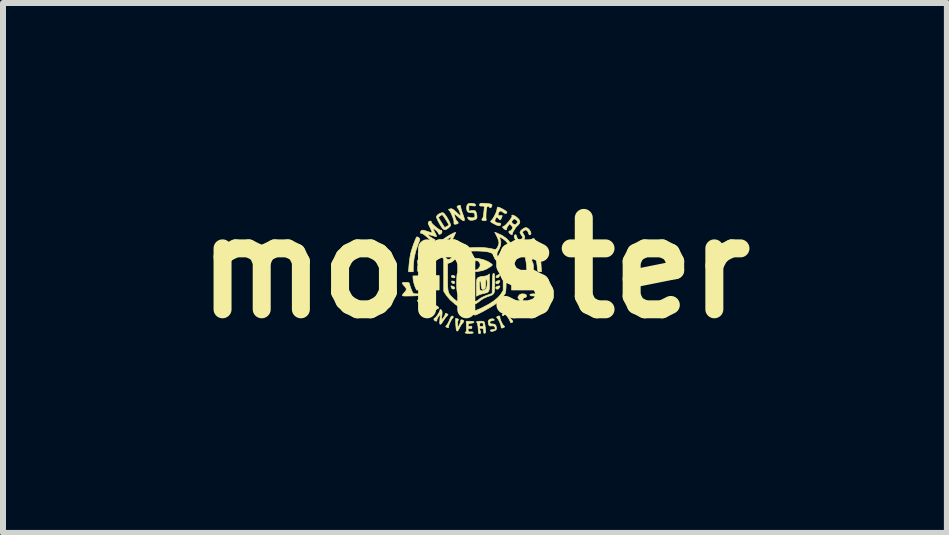
<source format=kicad_pcb>
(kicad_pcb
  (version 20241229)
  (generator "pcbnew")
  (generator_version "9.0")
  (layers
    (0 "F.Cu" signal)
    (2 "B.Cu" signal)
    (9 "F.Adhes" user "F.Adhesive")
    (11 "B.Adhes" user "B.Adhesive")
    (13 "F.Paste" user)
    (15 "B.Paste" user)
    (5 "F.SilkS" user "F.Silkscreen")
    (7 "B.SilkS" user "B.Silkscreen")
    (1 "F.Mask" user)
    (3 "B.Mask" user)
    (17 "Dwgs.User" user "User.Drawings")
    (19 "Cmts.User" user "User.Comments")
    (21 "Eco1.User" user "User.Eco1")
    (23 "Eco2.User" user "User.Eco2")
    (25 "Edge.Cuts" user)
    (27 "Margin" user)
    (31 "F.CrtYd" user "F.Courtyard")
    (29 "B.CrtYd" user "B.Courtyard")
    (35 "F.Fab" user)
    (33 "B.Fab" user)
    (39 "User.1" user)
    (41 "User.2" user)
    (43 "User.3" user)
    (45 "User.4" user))
  (footprint "monster"
    (layer "F.Cu")
    (at 4.87 1.418)
    (property "Reference" "monster" (at 0 0 0) (layer "F.SilkS") (effects (font (size 1.524 1.524) (thickness 0.3))))
    (attr through_hole)
    (fp_poly (pts (xy -0.779 0.246) (xy -0.781 0.253) (xy -0.787 0.254) (xy -0.798 0.249) (xy -0.796 0.246) (xy -0.781 0.244) (xy -0.779 0.246)) (stroke (width 0.01) (type solid)) (fill yes) (layer "F.SilkS"))
    (fp_poly (pts (xy -0.343 0.228) (xy -0.337 0.24) (xy -0.345 0.26) (xy -0.365 0.261) (xy -0.378 0.252) (xy -0.393 0.23) (xy -0.385 0.218) (xy -0.365 0.218) (xy -0.343 0.228)) (stroke (width 0.01) (type solid)) (fill yes) (layer "F.SilkS"))
    (fp_poly (pts (xy -0.339 0.135) (xy -0.331 0.15) (xy -0.34 0.163) (xy -0.353 0.165) (xy -0.378 0.161) (xy -0.385 0.157) (xy -0.395 0.137) (xy -0.383 0.124) (xy -0.362 0.124) (xy -0.339 0.135)) (stroke (width 0.01) (type solid)) (fill yes) (layer "F.SilkS"))
    (fp_poly (pts (xy 0.417 0.117) (xy 0.406 0.141) (xy 0.386 0.161) (xy 0.363 0.164) (xy 0.35 0.154) (xy 0.353 0.137) (xy 0.376 0.12) (xy 0.397 0.11) (xy 0.415 0.107) (xy 0.417 0.117)) (stroke (width 0.01) (type solid)) (fill yes) (layer "F.SilkS"))
    (fp_poly (pts (xy 0.417 0.218) (xy 0.406 0.242) (xy 0.386 0.263) (xy 0.363 0.265) (xy 0.349 0.254) (xy 0.347 0.233) (xy 0.369 0.218) (xy 0.387 0.213) (xy 0.412 0.21) (xy 0.417 0.218)) (stroke (width 0.01) (type solid)) (fill yes) (layer "F.SilkS"))
    (fp_poly (pts (xy 0.417 0.307) (xy 0.406 0.331) (xy 0.386 0.352) (xy 0.363 0.354) (xy 0.349 0.343) (xy 0.347 0.322) (xy 0.369 0.307) (xy 0.387 0.302) (xy 0.412 0.299) (xy 0.417 0.307)) (stroke (width 0.01) (type solid)) (fill yes) (layer "F.SilkS"))
    (fp_poly (pts (xy -0.372 0.304) (xy -0.372 0.304) (xy -0.346 0.317) (xy -0.337 0.335) (xy -0.348 0.349) (xy -0.359 0.353) (xy -0.381 0.347) (xy -0.389 0.334) (xy -0.398 0.311) (xy -0.402 0.303) (xy -0.395 0.299) (xy -0.372 0.304)) (stroke (width 0.01) (type solid)) (fill yes) (layer "F.SilkS"))
    (fp_poly (pts (xy -0.896 0.541) (xy -0.867 0.566) (xy -0.862 0.573) (xy -0.845 0.6) (xy -0.842 0.615) (xy -0.852 0.626) (xy -0.858 0.63) (xy -0.882 0.645) (xy -0.897 0.642) (xy -0.913 0.619) (xy -0.935 0.585) (xy -0.95 0.562) (xy -0.961 0.542) (xy -0.954 0.535) (xy -0.929 0.533) (xy -0.896 0.541)) (stroke (width 0.01) (type solid)) (fill yes) (layer "F.SilkS"))
    (fp_poly (pts (xy 0.839 0.437) (xy 0.856 0.452) (xy 0.858 0.48) (xy 0.838 0.494) (xy 0.826 0.495) (xy 0.808 0.502) (xy 0.799 0.526) (xy 0.798 0.541) (xy 0.794 0.586) (xy 0.751 0.541) (xy 0.725 0.514) (xy 0.716 0.496) (xy 0.719 0.48) (xy 0.729 0.464) (xy 0.75 0.441) (xy 0.781 0.432) (xy 0.799 0.432) (xy 0.839 0.437)) (stroke (width 0.01) (type solid)) (fill yes) (layer "F.SilkS"))
    (fp_poly (pts (xy 0.955 0.535) (xy 0.965 0.54) (xy 0.959 0.554) (xy 0.942 0.581) (xy 0.921 0.613) (xy 0.9 0.644) (xy 0.883 0.666) (xy 0.876 0.673) (xy 0.863 0.665) (xy 0.848 0.652) (xy 0.837 0.638) (xy 0.837 0.622) (xy 0.85 0.598) (xy 0.86 0.582) (xy 0.886 0.55) (xy 0.911 0.535) (xy 0.929 0.533) (xy 0.955 0.535)) (stroke (width 0.01) (type solid)) (fill yes) (layer "F.SilkS"))
    (fp_poly (pts (xy -0.751 0.437) (xy -0.728 0.456) (xy -0.726 0.459) (xy -0.717 0.478) (xy -0.722 0.496) (xy -0.744 0.521) (xy -0.744 0.522) (xy -0.774 0.55) (xy -0.791 0.556) (xy -0.799 0.542) (xy -0.8 0.521) (xy -0.804 0.493) (xy -0.819 0.483) (xy -0.827 0.483) (xy -0.846 0.477) (xy -0.846 0.463) (xy -0.839 0.442) (xy -0.838 0.437) (xy -0.827 0.434) (xy -0.799 0.432) (xy -0.79 0.432) (xy -0.751 0.437)) (stroke (width 0.01) (type solid)) (fill yes) (layer "F.SilkS"))
    (fp_poly (pts (xy -0.368 0.805) (xy -0.362 0.812) (xy -0.364 0.828) (xy -0.368 0.832) (xy -0.383 0.848) (xy -0.401 0.878) (xy -0.419 0.914) (xy -0.433 0.948) (xy -0.439 0.972) (xy -0.438 0.977) (xy -0.438 0.992) (xy -0.453 0.996) (xy -0.473 0.989) (xy -0.487 0.979) (xy -0.483 0.966) (xy -0.47 0.953) (xy -0.452 0.927) (xy -0.433 0.888) (xy -0.423 0.864) (xy -0.404 0.821) (xy -0.385 0.801) (xy -0.368 0.805)) (stroke (width 0.01) (type solid)) (fill yes) (layer "F.SilkS"))
    (fp_poly (pts (xy 0.413 0.804) (xy 0.416 0.816) (xy 0.417 0.839) (xy 0.429 0.874) (xy 0.446 0.913) (xy 0.465 0.946) (xy 0.48 0.963) (xy 0.494 0.977) (xy 0.487 0.988) (xy 0.483 0.991) (xy 0.456 1.002) (xy 0.438 1) (xy 0.436 0.986) (xy 0.434 0.965) (xy 0.423 0.931) (xy 0.407 0.892) (xy 0.388 0.857) (xy 0.372 0.834) (xy 0.368 0.832) (xy 0.36 0.821) (xy 0.37 0.811) (xy 0.395 0.801) (xy 0.413 0.804)) (stroke (width 0.01) (type solid)) (fill yes) (layer "F.SilkS"))
    (fp_poly (pts (xy 0.984 -0.49) (xy 0.999 -0.471) (xy 1.016 -0.435) (xy 1.063 -0.302) (xy 1.093 -0.154) (xy 1.101 -0.067) (xy 1.109 0.064) (xy 1.077 0.064) (xy 1.061 0.062) (xy 1.051 0.055) (xy 1.044 0.036) (xy 1.04 0.002) (xy 1.036 -0.041) (xy 1.016 -0.189) (xy 0.982 -0.321) (xy 0.959 -0.384) (xy 0.942 -0.426) (xy 0.935 -0.452) (xy 0.936 -0.467) (xy 0.946 -0.477) (xy 0.948 -0.479) (xy 0.969 -0.492) (xy 0.984 -0.49)) (stroke (width 0.01) (type solid)) (fill yes) (layer "F.SilkS"))
    (fp_poly (pts (xy -0.952 -0.513) (xy -0.935 -0.502) (xy -0.924 -0.492) (xy -0.92 -0.479) (xy -0.923 -0.459) (xy -0.936 -0.426) (xy -0.95 -0.391) (xy -0.987 -0.283) (xy -1.014 -0.169) (xy -1.027 -0.06) (xy -1.029 -0.02) (xy -1.029 0.064) (xy -1.108 0.064) (xy -1.1 -0.048) (xy -1.093 -0.112) (xy -1.084 -0.178) (xy -1.074 -0.235) (xy -1.072 -0.241) (xy -1.061 -0.286) (xy -1.044 -0.337) (xy -1.026 -0.391) (xy -1.006 -0.442) (xy -0.989 -0.484) (xy -0.975 -0.512) (xy -0.967 -0.52) (xy -0.952 -0.513)) (stroke (width 0.01) (type solid)) (fill yes) (layer "F.SilkS"))
    (fp_poly (pts (xy -0.808 -0.391) (xy -0.776 -0.362) (xy -0.809 -0.267) (xy -0.837 -0.154) (xy -0.848 -0.054) (xy -0.854 0.064) (xy -0.907 0.064) (xy -0.94 0.062) (xy -0.955 0.055) (xy -0.958 0.034) (xy -0.958 0.016) (xy -0.956 -0.019) (xy -0.953 -0.042) (xy -0.952 -0.044) (xy -0.952 -0.065) (xy -0.957 -0.087) (xy -0.959 -0.119) (xy -0.945 -0.141) (xy -0.931 -0.162) (xy -0.933 -0.184) (xy -0.94 -0.197) (xy -0.95 -0.222) (xy -0.944 -0.241) (xy -0.929 -0.258) (xy -0.909 -0.291) (xy -0.901 -0.325) (xy -0.89 -0.365) (xy -0.871 -0.391) (xy -0.84 -0.42) (xy -0.808 -0.391)) (stroke (width 0.01) (type solid)) (fill yes) (layer "F.SilkS"))
    (fp_poly (pts (xy 0.584 0.721) (xy 0.572 0.735) (xy 0.558 0.74) (xy 0.543 0.746) (xy 0.54 0.755) (xy 0.549 0.774) (xy 0.567 0.802) (xy 0.591 0.837) (xy 0.612 0.864) (xy 0.62 0.872) (xy 0.631 0.891) (xy 0.629 0.901) (xy 0.612 0.913) (xy 0.595 0.911) (xy 0.588 0.898) (xy 0.582 0.879) (xy 0.564 0.847) (xy 0.546 0.819) (xy 0.522 0.786) (xy 0.507 0.771) (xy 0.497 0.771) (xy 0.487 0.782) (xy 0.469 0.797) (xy 0.456 0.791) (xy 0.454 0.778) (xy 0.472 0.758) (xy 0.501 0.737) (xy 0.535 0.717) (xy 0.561 0.705) (xy 0.572 0.705) (xy 0.584 0.721)) (stroke (width 0.01) (type solid)) (fill yes) (layer "F.SilkS"))
    (fp_poly (pts (xy -0.312 0.843) (xy -0.294 0.847) (xy -0.275 0.856) (xy -0.279 0.869) (xy -0.28 0.871) (xy -0.288 0.893) (xy -0.29 0.929) (xy -0.29 0.942) (xy -0.286 0.997) (xy -0.259 0.946) (xy -0.244 0.912) (xy -0.237 0.886) (xy -0.238 0.879) (xy -0.234 0.866) (xy -0.216 0.865) (xy -0.193 0.875) (xy -0.185 0.886) (xy -0.194 0.904) (xy -0.206 0.919) (xy -0.232 0.952) (xy -0.256 0.994) (xy -0.26 1.003) (xy -0.28 1.04) (xy -0.296 1.054) (xy -0.308 1.043) (xy -0.315 1.008) (xy -0.32 0.949) (xy -0.322 0.901) (xy -0.323 0.864) (xy -0.323 0.844) (xy -0.323 0.842) (xy -0.312 0.843)) (stroke (width 0.01) (type solid)) (fill yes) (layer "F.SilkS"))
    (fp_poly (pts (xy -1.12 0.242) (xy -1.101 0.248) (xy -1.091 0.264) (xy -1.088 0.281) (xy -1.077 0.317) (xy -1.061 0.361) (xy -1.055 0.376) (xy -1.039 0.409) (xy -1.024 0.425) (xy -1.001 0.431) (xy -0.965 0.432) (xy -0.924 0.434) (xy -0.906 0.441) (xy -0.905 0.448) (xy -0.917 0.455) (xy -0.948 0.461) (xy -1 0.465) (xy -1.065 0.467) (xy -1.13 0.468) (xy -1.173 0.468) (xy -1.199 0.466) (xy -1.21 0.462) (xy -1.211 0.455) (xy -1.208 0.448) (xy -1.19 0.422) (xy -1.17 0.401) (xy -1.146 0.369) (xy -1.149 0.337) (xy -1.17 0.31) (xy -1.194 0.284) (xy -1.208 0.264) (xy -1.213 0.25) (xy -1.204 0.244) (xy -1.177 0.241) (xy -1.158 0.241) (xy -1.12 0.242)) (stroke (width 0.01) (type solid)) (fill yes) (layer "F.SilkS"))
    (fp_poly (pts (xy 0.704 0.578) (xy 0.713 0.605) (xy 0.717 0.628) (xy 0.731 0.677) (xy 0.76 0.714) (xy 0.764 0.717) (xy 0.789 0.745) (xy 0.796 0.767) (xy 0.795 0.769) (xy 0.78 0.786) (xy 0.761 0.781) (xy 0.756 0.775) (xy 0.754 0.763) (xy 0.757 0.762) (xy 0.756 0.754) (xy 0.741 0.735) (xy 0.736 0.73) (xy 0.7 0.704) (xy 0.658 0.69) (xy 0.618 0.681) (xy 0.603 0.669) (xy 0.61 0.653) (xy 0.616 0.648) (xy 0.634 0.64) (xy 0.654 0.652) (xy 0.655 0.653) (xy 0.676 0.669) (xy 0.687 0.673) (xy 0.697 0.664) (xy 0.697 0.644) (xy 0.688 0.624) (xy 0.678 0.617) (xy 0.665 0.607) (xy 0.673 0.591) (xy 0.673 0.59) (xy 0.691 0.574) (xy 0.704 0.578)) (stroke (width 0.01) (type solid)) (fill yes) (layer "F.SilkS"))
    (fp_poly (pts (xy 0.889 -0.419) (xy 0.885 -0.395) (xy 0.883 -0.361) (xy 0.899 -0.336) (xy 0.902 -0.333) (xy 0.923 -0.3) (xy 0.927 -0.268) (xy 0.933 -0.231) (xy 0.948 -0.202) (xy 0.948 -0.201) (xy 0.962 -0.178) (xy 0.957 -0.152) (xy 0.955 -0.146) (xy 0.947 -0.119) (xy 0.957 -0.099) (xy 0.958 -0.098) (xy 0.969 -0.074) (xy 0.974 -0.039) (xy 0.974 -0.031) (xy 0.974 0.007) (xy 0.978 0.035) (xy 0.978 0.038) (xy 0.976 0.051) (xy 0.957 0.058) (xy 0.926 0.061) (xy 0.867 0.065) (xy 0.859 -0.043) (xy 0.851 -0.111) (xy 0.836 -0.187) (xy 0.818 -0.254) (xy 0.818 -0.256) (xy 0.785 -0.36) (xy 0.815 -0.384) (xy 0.845 -0.406) (xy 0.869 -0.421) (xy 0.885 -0.428) (xy 0.889 -0.419)) (stroke (width 0.01) (type solid)) (fill yes) (layer "F.SilkS"))
    (fp_poly (pts (xy 1.207 0.242) (xy 1.223 0.247) (xy 1.224 0.257) (xy 1.221 0.264) (xy 1.202 0.289) (xy 1.182 0.31) (xy 1.163 0.335) (xy 1.156 0.356) (xy 1.165 0.38) (xy 1.182 0.401) (xy 1.207 0.427) (xy 1.221 0.448) (xy 1.224 0.457) (xy 1.22 0.463) (xy 1.203 0.467) (xy 1.171 0.469) (xy 1.12 0.47) (xy 1.082 0.47) (xy 1.023 0.469) (xy 0.973 0.467) (xy 0.938 0.465) (xy 0.923 0.461) (xy 0.915 0.445) (xy 0.929 0.436) (xy 0.967 0.432) (xy 0.979 0.432) (xy 1.017 0.431) (xy 1.039 0.424) (xy 1.054 0.405) (xy 1.068 0.376) (xy 1.085 0.333) (xy 1.098 0.292) (xy 1.1 0.281) (xy 1.107 0.257) (xy 1.119 0.246) (xy 1.144 0.242) (xy 1.17 0.241) (xy 1.207 0.242)) (stroke (width 0.01) (type solid)) (fill yes) (layer "F.SilkS"))
    (fp_poly (pts (xy 0.313 0.853) (xy 0.318 0.858) (xy 0.322 0.87) (xy 0.306 0.876) (xy 0.29 0.879) (xy 0.26 0.885) (xy 0.248 0.901) (xy 0.248 0.908) (xy 0.253 0.926) (xy 0.274 0.933) (xy 0.288 0.933) (xy 0.328 0.939) (xy 0.349 0.959) (xy 0.358 0.996) (xy 0.357 1.024) (xy 0.34 1.041) (xy 0.324 1.048) (xy 0.293 1.057) (xy 0.27 1.058) (xy 0.27 1.058) (xy 0.254 1.046) (xy 0.26 1.035) (xy 0.284 1.029) (xy 0.29 1.029) (xy 0.323 1.026) (xy 0.336 1.013) (xy 0.333 0.989) (xy 0.319 0.969) (xy 0.294 0.966) (xy 0.263 0.967) (xy 0.245 0.967) (xy 0.232 0.954) (xy 0.223 0.927) (xy 0.22 0.897) (xy 0.227 0.873) (xy 0.228 0.871) (xy 0.253 0.854) (xy 0.286 0.847) (xy 0.313 0.853)) (stroke (width 0.01) (type solid)) (fill yes) (layer "F.SilkS"))
    (fp_poly (pts (xy -0.078 0.889) (xy -0.037 0.891) (xy -0.018 0.897) (xy -0.016 0.905) (xy -0.031 0.916) (xy -0.061 0.921) (xy -0.065 0.921) (xy -0.095 0.924) (xy -0.109 0.937) (xy -0.112 0.951) (xy -0.112 0.972) (xy -0.099 0.976) (xy -0.084 0.973) (xy -0.06 0.97) (xy -0.051 0.982) (xy -0.051 0.991) (xy -0.055 1.009) (xy -0.073 1.011) (xy -0.083 1.009) (xy -0.106 1.006) (xy -0.114 1.019) (xy -0.114 1.035) (xy -0.111 1.058) (xy -0.098 1.066) (xy -0.074 1.065) (xy -0.043 1.066) (xy -0.029 1.076) (xy -0.033 1.086) (xy -0.058 1.091) (xy -0.094 1.092) (xy -0.133 1.09) (xy -0.159 1.085) (xy -0.165 1.079) (xy -0.155 1.067) (xy -0.151 1.067) (xy -0.144 1.055) (xy -0.141 1.018) (xy -0.142 0.978) (xy -0.146 0.889) (xy -0.078 0.889)) (stroke (width 0.01) (type solid)) (fill yes) (layer "F.SilkS"))
    (fp_poly (pts (xy -0.049 -1.077) (xy -0.01 -1.071) (xy 0.008 -1.058) (xy 0.01 -1.051) (xy 0.01 -1.038) (xy -0.003 -1.033) (xy -0.033 -1.035) (xy -0.044 -1.037) (xy -0.102 -1.045) (xy -0.102 -0.949) (xy -0.052 -0.957) (xy -0.015 -0.959) (xy 0.009 -0.949) (xy 0.023 -0.92) (xy 0.031 -0.882) (xy 0.034 -0.842) (xy 0.022 -0.817) (xy -0.007 -0.803) (xy -0.04 -0.796) (xy -0.077 -0.795) (xy -0.102 -0.807) (xy -0.109 -0.814) (xy -0.123 -0.837) (xy -0.118 -0.85) (xy -0.097 -0.847) (xy -0.091 -0.844) (xy -0.063 -0.836) (xy -0.034 -0.836) (xy -0.01 -0.842) (xy -0.002 -0.858) (xy -0.002 -0.88) (xy -0.007 -0.906) (xy -0.018 -0.917) (xy -0.044 -0.921) (xy -0.061 -0.921) (xy -0.103 -0.926) (xy -0.128 -0.943) (xy -0.138 -0.977) (xy -0.14 -1.005) (xy -0.133 -1.046) (xy -0.113 -1.07) (xy -0.074 -1.078) (xy -0.049 -1.077)) (stroke (width 0.01) (type solid)) (fill yes) (layer "F.SilkS"))
    (fp_poly (pts (xy 0.179 -1.076) (xy 0.223 -1.072) (xy 0.261 -1.066) (xy 0.279 -1.059) (xy 0.284 -1.046) (xy 0.282 -1.034) (xy 0.272 -1.013) (xy 0.256 -1.003) (xy 0.244 -1.006) (xy 0.241 -1.016) (xy 0.231 -1.027) (xy 0.218 -1.029) (xy 0.205 -1.025) (xy 0.197 -1.011) (xy 0.191 -0.982) (xy 0.186 -0.936) (xy 0.184 -0.887) (xy 0.183 -0.843) (xy 0.186 -0.816) (xy 0.186 -0.816) (xy 0.188 -0.796) (xy 0.175 -0.788) (xy 0.154 -0.787) (xy 0.123 -0.793) (xy 0.114 -0.806) (xy 0.121 -0.823) (xy 0.126 -0.826) (xy 0.133 -0.837) (xy 0.14 -0.867) (xy 0.146 -0.91) (xy 0.146 -0.911) (xy 0.151 -0.958) (xy 0.154 -0.996) (xy 0.157 -1.016) (xy 0.151 -1.029) (xy 0.126 -1.032) (xy 0.117 -1.032) (xy 0.089 -1.032) (xy 0.077 -1.043) (xy 0.076 -1.054) (xy 0.081 -1.069) (xy 0.097 -1.077) (xy 0.129 -1.08) (xy 0.179 -1.076)) (stroke (width 0.01) (type solid)) (fill yes) (layer "F.SilkS"))
    (fp_poly (pts (xy -0.7 0.565) (xy -0.69 0.574) (xy -0.682 0.586) (xy -0.684 0.599) (xy -0.699 0.619) (xy -0.731 0.65) (xy -0.736 0.654) (xy -0.769 0.687) (xy -0.787 0.707) (xy -0.791 0.721) (xy -0.784 0.734) (xy -0.779 0.739) (xy -0.766 0.751) (xy -0.754 0.752) (xy -0.736 0.741) (xy -0.707 0.713) (xy -0.703 0.709) (xy -0.675 0.68) (xy -0.658 0.657) (xy -0.655 0.646) (xy -0.657 0.633) (xy -0.644 0.631) (xy -0.625 0.639) (xy -0.616 0.648) (xy -0.602 0.666) (xy -0.606 0.673) (xy -0.611 0.673) (xy -0.629 0.682) (xy -0.658 0.704) (xy -0.686 0.73) (xy -0.717 0.76) (xy -0.743 0.781) (xy -0.756 0.787) (xy -0.774 0.779) (xy -0.798 0.758) (xy -0.798 0.758) (xy -0.818 0.733) (xy -0.823 0.713) (xy -0.81 0.691) (xy -0.78 0.66) (xy -0.75 0.627) (xy -0.728 0.596) (xy -0.722 0.585) (xy -0.712 0.564) (xy -0.7 0.565)) (stroke (width 0.01) (type solid)) (fill yes) (layer "F.SilkS"))
    (fp_poly (pts (xy -0.53 -0.92) (xy -0.511 -0.904) (xy -0.486 -0.873) (xy -0.46 -0.832) (xy -0.435 -0.788) (xy -0.416 -0.748) (xy -0.406 -0.718) (xy -0.406 -0.707) (xy -0.419 -0.689) (xy -0.444 -0.666) (xy -0.471 -0.647) (xy -0.492 -0.637) (xy -0.495 -0.637) (xy -0.512 -0.641) (xy -0.521 -0.643) (xy -0.538 -0.657) (xy -0.561 -0.688) (xy -0.586 -0.729) (xy -0.611 -0.773) (xy -0.631 -0.815) (xy -0.64 -0.844) (xy -0.612 -0.844) (xy -0.559 -0.759) (xy -0.506 -0.674) (xy -0.468 -0.693) (xy -0.444 -0.708) (xy -0.435 -0.72) (xy -0.436 -0.721) (xy -0.456 -0.757) (xy -0.481 -0.797) (xy -0.506 -0.836) (xy -0.528 -0.868) (xy -0.543 -0.886) (xy -0.546 -0.889) (xy -0.562 -0.882) (xy -0.584 -0.866) (xy -0.612 -0.844) (xy -0.64 -0.844) (xy -0.642 -0.847) (xy -0.642 -0.86) (xy -0.625 -0.883) (xy -0.594 -0.905) (xy -0.559 -0.919) (xy -0.531 -0.921) (xy -0.53 -0.92)) (stroke (width 0.01) (type solid)) (fill yes) (layer "F.SilkS"))
    (fp_poly (pts (xy -0.568 0.696) (xy -0.564 0.7) (xy -0.552 0.715) (xy -0.548 0.739) (xy -0.55 0.779) (xy -0.552 0.793) (xy -0.56 0.87) (xy -0.528 0.832) (xy -0.507 0.801) (xy -0.496 0.775) (xy -0.496 0.771) (xy -0.492 0.756) (xy -0.477 0.759) (xy -0.469 0.763) (xy -0.45 0.774) (xy -0.452 0.785) (xy -0.467 0.8) (xy -0.488 0.824) (xy -0.514 0.859) (xy -0.528 0.881) (xy -0.553 0.918) (xy -0.568 0.936) (xy -0.58 0.938) (xy -0.586 0.934) (xy -0.588 0.919) (xy -0.587 0.887) (xy -0.584 0.85) (xy -0.577 0.772) (xy -0.606 0.808) (xy -0.625 0.838) (xy -0.635 0.864) (xy -0.635 0.867) (xy -0.637 0.885) (xy -0.649 0.887) (xy -0.666 0.881) (xy -0.681 0.868) (xy -0.686 0.85) (xy -0.677 0.839) (xy -0.674 0.838) (xy -0.659 0.828) (xy -0.638 0.803) (xy -0.615 0.77) (xy -0.596 0.737) (xy -0.585 0.71) (xy -0.584 0.704) (xy -0.581 0.69) (xy -0.568 0.696)) (stroke (width 0.01) (type solid)) (fill yes) (layer "F.SilkS"))
    (fp_poly (pts (xy 0.054 -0.159) (xy 0.137 -0.139) (xy 0.215 -0.108) (xy 0.272 -0.071) (xy 0.289 -0.055) (xy 0.286 -0.043) (xy 0.272 -0.031) (xy 0.247 -0.015) (xy 0.21 0.008) (xy 0.184 0.022) (xy 0.125 0.044) (xy 0.054 0.057) (xy -0.021 0.061) (xy -0.09 0.056) (xy -0.129 0.046) (xy -0.163 0.03) (xy -0.202 0.008) (xy -0.239 -0.015) (xy -0.267 -0.035) (xy -0.279 -0.049) (xy -0.279 -0.05) (xy -0.27 -0.06) (xy -0.074 -0.06) (xy -0.069 -0.024) (xy -0.047 0.008) (xy -0.013 0.029) (xy 0.01 0.036) (xy 0.027 0.032) (xy 0.05 0.016) (xy 0.055 0.012) (xy 0.082 -0.022) (xy 0.087 -0.059) (xy 0.074 -0.094) (xy 0.045 -0.118) (xy 0.006 -0.127) (xy -0.036 -0.117) (xy -0.063 -0.093) (xy -0.074 -0.06) (xy -0.27 -0.06) (xy -0.269 -0.061) (xy -0.242 -0.08) (xy -0.204 -0.102) (xy -0.162 -0.124) (xy -0.123 -0.143) (xy -0.097 -0.153) (xy -0.027 -0.164) (xy 0.054 -0.159)) (stroke (width 0.01) (type solid)) (fill yes) (layer "F.SilkS"))
    (fp_poly (pts (xy 0.879 -0.663) (xy 0.907 -0.637) (xy 0.927 -0.605) (xy 0.934 -0.575) (xy 0.932 -0.567) (xy 0.918 -0.55) (xy 0.903 -0.556) (xy 0.894 -0.576) (xy 0.883 -0.606) (xy 0.862 -0.629) (xy 0.846 -0.635) (xy 0.825 -0.627) (xy 0.808 -0.616) (xy 0.794 -0.603) (xy 0.793 -0.59) (xy 0.807 -0.568) (xy 0.812 -0.56) (xy 0.831 -0.521) (xy 0.827 -0.487) (xy 0.799 -0.456) (xy 0.782 -0.445) (xy 0.747 -0.426) (xy 0.723 -0.422) (xy 0.702 -0.437) (xy 0.68 -0.464) (xy 0.656 -0.504) (xy 0.654 -0.534) (xy 0.668 -0.553) (xy 0.684 -0.552) (xy 0.692 -0.534) (xy 0.692 -0.532) (xy 0.699 -0.509) (xy 0.713 -0.485) (xy 0.729 -0.465) (xy 0.744 -0.463) (xy 0.767 -0.477) (xy 0.792 -0.495) (xy 0.797 -0.51) (xy 0.785 -0.532) (xy 0.775 -0.546) (xy 0.757 -0.573) (xy 0.75 -0.593) (xy 0.75 -0.593) (xy 0.76 -0.616) (xy 0.785 -0.641) (xy 0.816 -0.662) (xy 0.846 -0.673) (xy 0.851 -0.673) (xy 0.879 -0.663)) (stroke (width 0.01) (type solid)) (fill yes) (layer "F.SilkS"))
    (fp_poly (pts (xy 0.139 0.89) (xy 0.148 0.893) (xy 0.157 0.909) (xy 0.165 0.943) (xy 0.169 0.968) (xy 0.174 1.011) (xy 0.178 1.047) (xy 0.18 1.06) (xy 0.175 1.083) (xy 0.163 1.089) (xy 0.149 1.087) (xy 0.144 1.067) (xy 0.144 1.052) (xy 0.143 1.022) (xy 0.131 1.01) (xy 0.109 1.005) (xy 0.086 1.005) (xy 0.078 1.015) (xy 0.083 1.039) (xy 0.095 1.068) (xy 0.093 1.088) (xy 0.08 1.095) (xy 0.067 1.096) (xy 0.059 1.086) (xy 0.056 1.06) (xy 0.054 1.019) (xy 0.05 0.973) (xy 0.045 0.946) (xy 0.076 0.946) (xy 0.081 0.97) (xy 0.102 0.978) (xy 0.108 0.978) (xy 0.132 0.973) (xy 0.14 0.952) (xy 0.14 0.946) (xy 0.134 0.922) (xy 0.114 0.915) (xy 0.108 0.914) (xy 0.084 0.92) (xy 0.076 0.94) (xy 0.076 0.946) (xy 0.045 0.946) (xy 0.044 0.937) (xy 0.037 0.919) (xy 0.026 0.902) (xy 0.027 0.896) (xy 0.044 0.891) (xy 0.075 0.888) (xy 0.111 0.888) (xy 0.139 0.89)) (stroke (width 0.01) (type solid)) (fill yes) (layer "F.SilkS"))
    (fp_poly (pts (xy 0.403 -1.01) (xy 0.437 -0.995) (xy 0.473 -0.976) (xy 0.507 -0.955) (xy 0.529 -0.938) (xy 0.533 -0.93) (xy 0.525 -0.911) (xy 0.503 -0.908) (xy 0.477 -0.921) (xy 0.471 -0.926) (xy 0.439 -0.949) (xy 0.412 -0.947) (xy 0.391 -0.92) (xy 0.391 -0.92) (xy 0.385 -0.889) (xy 0.399 -0.872) (xy 0.431 -0.873) (xy 0.435 -0.873) (xy 0.453 -0.874) (xy 0.453 -0.862) (xy 0.441 -0.835) (xy 0.437 -0.822) (xy 0.426 -0.803) (xy 0.411 -0.805) (xy 0.388 -0.828) (xy 0.371 -0.846) (xy 0.359 -0.846) (xy 0.348 -0.832) (xy 0.331 -0.796) (xy 0.337 -0.769) (xy 0.365 -0.753) (xy 0.397 -0.748) (xy 0.417 -0.747) (xy 0.429 -0.741) (xy 0.43 -0.728) (xy 0.419 -0.708) (xy 0.397 -0.704) (xy 0.36 -0.715) (xy 0.319 -0.735) (xy 0.282 -0.755) (xy 0.264 -0.768) (xy 0.261 -0.778) (xy 0.272 -0.791) (xy 0.276 -0.795) (xy 0.301 -0.825) (xy 0.326 -0.869) (xy 0.349 -0.917) (xy 0.364 -0.96) (xy 0.368 -0.984) (xy 0.372 -1.008) (xy 0.381 -1.016) (xy 0.403 -1.01)) (stroke (width 0.01) (type solid)) (fill yes) (layer "F.SilkS"))
    (fp_poly (pts (xy -0.241 -1.041) (xy -0.238 -1.022) (xy -0.235 -0.999) (xy -0.224 -0.96) (xy -0.208 -0.911) (xy -0.202 -0.896) (xy -0.182 -0.838) (xy -0.175 -0.802) (xy -0.182 -0.786) (xy -0.203 -0.791) (xy -0.239 -0.816) (xy -0.277 -0.849) (xy -0.313 -0.879) (xy -0.339 -0.898) (xy -0.352 -0.904) (xy -0.352 -0.902) (xy -0.343 -0.878) (xy -0.331 -0.842) (xy -0.329 -0.834) (xy -0.315 -0.801) (xy -0.3 -0.781) (xy -0.296 -0.778) (xy -0.283 -0.765) (xy -0.28 -0.747) (xy -0.289 -0.737) (xy -0.291 -0.737) (xy -0.313 -0.732) (xy -0.322 -0.729) (xy -0.342 -0.73) (xy -0.349 -0.736) (xy -0.352 -0.757) (xy -0.35 -0.761) (xy -0.35 -0.78) (xy -0.359 -0.814) (xy -0.374 -0.856) (xy -0.392 -0.898) (xy -0.41 -0.935) (xy -0.426 -0.957) (xy -0.429 -0.96) (xy -0.442 -0.972) (xy -0.435 -0.979) (xy -0.415 -0.985) (xy -0.391 -0.987) (xy -0.369 -0.979) (xy -0.34 -0.957) (xy -0.326 -0.944) (xy -0.282 -0.903) (xy -0.255 -0.88) (xy -0.241 -0.872) (xy -0.238 -0.88) (xy -0.243 -0.904) (xy -0.25 -0.923) (xy -0.265 -0.962) (xy -0.282 -0.991) (xy -0.29 -1) (xy -0.301 -1.019) (xy -0.289 -1.034) (xy -0.26 -1.044) (xy -0.241 -1.041)) (stroke (width 0.01) (type solid)) (fill yes) (layer "F.SilkS"))
    (fp_poly (pts (xy 0.241 0.245) (xy 0.241 0.311) (xy 0.238 0.357) (xy 0.229 0.387) (xy 0.213 0.405) (xy 0.187 0.416) (xy 0.147 0.425) (xy 0.14 0.426) (xy 0.098 0.438) (xy 0.06 0.453) (xy 0.025 0.471) (xy 0.025 0.325) (xy 0.026 0.262) (xy 0.026 0.255) (xy 0.073 0.255) (xy 0.074 0.283) (xy 0.077 0.324) (xy 0.081 0.355) (xy 0.083 0.365) (xy 0.099 0.378) (xy 0.127 0.38) (xy 0.158 0.37) (xy 0.178 0.356) (xy 0.193 0.333) (xy 0.201 0.301) (xy 0.203 0.254) (xy 0.201 0.213) (xy 0.196 0.186) (xy 0.191 0.178) (xy 0.184 0.189) (xy 0.179 0.22) (xy 0.178 0.26) (xy 0.176 0.307) (xy 0.171 0.335) (xy 0.161 0.35) (xy 0.154 0.355) (xy 0.128 0.359) (xy 0.11 0.341) (xy 0.102 0.298) (xy 0.102 0.277) (xy 0.098 0.235) (xy 0.089 0.217) (xy 0.086 0.216) (xy 0.076 0.225) (xy 0.073 0.255) (xy 0.026 0.255) (xy 0.027 0.219) (xy 0.031 0.192) (xy 0.037 0.175) (xy 0.048 0.164) (xy 0.054 0.159) (xy 0.085 0.147) (xy 0.126 0.14) (xy 0.133 0.14) (xy 0.174 0.135) (xy 0.208 0.123) (xy 0.213 0.12) (xy 0.241 0.1) (xy 0.241 0.245)) (stroke (width 0.01) (type solid)) (fill yes) (layer "F.SilkS"))
    (fp_poly (pts (xy 0.319 0.093) (xy 0.325 0.107) (xy 0.328 0.136) (xy 0.33 0.182) (xy 0.33 0.25) (xy 0.33 0.252) (xy 0.33 0.325) (xy 0.327 0.377) (xy 0.319 0.413) (xy 0.305 0.436) (xy 0.28 0.453) (xy 0.244 0.467) (xy 0.211 0.478) (xy 0.146 0.506) (xy 0.088 0.544) (xy 0.082 0.549) (xy 0.049 0.575) (xy 0.021 0.593) (xy 0.008 0.597) (xy -0.011 0.589) (xy -0.042 0.569) (xy -0.069 0.547) (xy -0.126 0.507) (xy -0.188 0.479) (xy -0.194 0.478) (xy -0.236 0.464) (xy -0.266 0.449) (xy -0.286 0.429) (xy -0.297 0.398) (xy -0.303 0.353) (xy -0.305 0.289) (xy -0.305 0.25) (xy -0.304 0.18) (xy -0.301 0.129) (xy -0.297 0.097) (xy -0.292 0.089) (xy -0.287 0.101) (xy -0.283 0.136) (xy -0.28 0.191) (xy -0.279 0.247) (xy -0.279 0.318) (xy -0.276 0.368) (xy -0.268 0.402) (xy -0.252 0.424) (xy -0.226 0.44) (xy -0.188 0.454) (xy -0.161 0.462) (xy -0.114 0.482) (xy -0.068 0.51) (xy -0.057 0.519) (xy -0.018 0.548) (xy 0.013 0.557) (xy 0.042 0.544) (xy 0.066 0.524) (xy 0.096 0.502) (xy 0.141 0.479) (xy 0.192 0.458) (xy 0.194 0.457) (xy 0.286 0.425) (xy 0.289 0.257) (xy 0.291 0.187) (xy 0.294 0.139) (xy 0.298 0.109) (xy 0.303 0.093) (xy 0.311 0.089) (xy 0.312 0.089) (xy 0.319 0.093)) (stroke (width 0.01) (type solid)) (fill yes) (layer "F.SilkS"))
    (fp_poly (pts (xy 0.651 -0.874) (xy 0.683 -0.855) (xy 0.692 -0.849) (xy 0.733 -0.81) (xy 0.749 -0.775) (xy 0.741 -0.74) (xy 0.711 -0.707) (xy 0.687 -0.684) (xy 0.674 -0.668) (xy 0.673 -0.665) (xy 0.665 -0.65) (xy 0.654 -0.635) (xy 0.635 -0.604) (xy 0.629 -0.584) (xy 0.622 -0.558) (xy 0.612 -0.553) (xy 0.59 -0.567) (xy 0.585 -0.571) (xy 0.566 -0.591) (xy 0.564 -0.608) (xy 0.579 -0.618) (xy 0.584 -0.616) (xy 0.597 -0.621) (xy 0.615 -0.642) (xy 0.616 -0.643) (xy 0.629 -0.666) (xy 0.627 -0.683) (xy 0.609 -0.706) (xy 0.608 -0.706) (xy 0.579 -0.737) (xy 0.551 -0.702) (xy 0.534 -0.675) (xy 0.529 -0.653) (xy 0.53 -0.651) (xy 0.529 -0.637) (xy 0.513 -0.636) (xy 0.491 -0.647) (xy 0.476 -0.661) (xy 0.46 -0.68) (xy 0.463 -0.689) (xy 0.479 -0.694) (xy 0.499 -0.706) (xy 0.526 -0.732) (xy 0.556 -0.766) (xy 0.565 -0.777) (xy 0.612 -0.777) (xy 0.617 -0.753) (xy 0.638 -0.733) (xy 0.661 -0.721) (xy 0.678 -0.725) (xy 0.689 -0.734) (xy 0.707 -0.756) (xy 0.711 -0.77) (xy 0.702 -0.789) (xy 0.683 -0.805) (xy 0.661 -0.818) (xy 0.644 -0.814) (xy 0.633 -0.804) (xy 0.612 -0.777) (xy 0.565 -0.777) (xy 0.585 -0.802) (xy 0.606 -0.834) (xy 0.617 -0.857) (xy 0.617 -0.863) (xy 0.613 -0.879) (xy 0.626 -0.882) (xy 0.651 -0.874)) (stroke (width 0.01) (type solid)) (fill yes) (layer "F.SilkS"))
    (fp_poly (pts (xy -0.213 0.122) (xy -0.192 0.129) (xy -0.156 0.137) (xy -0.129 0.141) (xy -0.083 0.149) (xy -0.05 0.162) (xy -0.03 0.182) (xy -0.019 0.216) (xy -0.014 0.267) (xy -0.013 0.332) (xy -0.014 0.388) (xy -0.016 0.433) (xy -0.019 0.461) (xy -0.022 0.469) (xy -0.039 0.464) (xy -0.064 0.452) (xy -0.097 0.438) (xy -0.14 0.427) (xy -0.146 0.426) (xy -0.182 0.417) (xy -0.209 0.406) (xy -0.213 0.404) (xy -0.22 0.387) (xy -0.225 0.353) (xy -0.228 0.308) (xy -0.23 0.258) (xy -0.229 0.217) (xy -0.207 0.217) (xy -0.205 0.25) (xy -0.202 0.296) (xy -0.197 0.33) (xy -0.191 0.347) (xy -0.186 0.342) (xy -0.185 0.318) (xy -0.186 0.296) (xy -0.188 0.265) (xy -0.185 0.253) (xy -0.177 0.263) (xy -0.162 0.295) (xy -0.149 0.33) (xy -0.131 0.375) (xy -0.104 0.324) (xy -0.077 0.273) (xy -0.077 0.333) (xy -0.074 0.372) (xy -0.066 0.391) (xy -0.057 0.394) (xy -0.047 0.388) (xy -0.041 0.369) (xy -0.038 0.332) (xy -0.038 0.306) (xy -0.041 0.251) (xy -0.049 0.218) (xy -0.062 0.209) (xy -0.079 0.225) (xy -0.096 0.255) (xy -0.111 0.284) (xy -0.122 0.298) (xy -0.125 0.298) (xy -0.132 0.283) (xy -0.144 0.253) (xy -0.151 0.232) (xy -0.167 0.196) (xy -0.183 0.173) (xy -0.191 0.168) (xy -0.201 0.17) (xy -0.206 0.185) (xy -0.207 0.217) (xy -0.229 0.217) (xy -0.229 0.209) (xy -0.226 0.166) (xy -0.222 0.135) (xy -0.215 0.122) (xy -0.213 0.122)) (stroke (width 0.01) (type solid)) (fill yes) (layer "F.SilkS"))
    (fp_poly (pts (xy -0.734 -0.78) (xy -0.727 -0.769) (xy -0.73 -0.763) (xy -0.724 -0.75) (xy -0.703 -0.728) (xy -0.673 -0.7) (xy -0.639 -0.672) (xy -0.606 -0.647) (xy -0.581 -0.632) (xy -0.57 -0.629) (xy -0.557 -0.628) (xy -0.55 -0.612) (xy -0.552 -0.59) (xy -0.559 -0.578) (xy -0.581 -0.562) (xy -0.6 -0.561) (xy -0.61 -0.576) (xy -0.61 -0.577) (xy -0.618 -0.594) (xy -0.637 -0.616) (xy -0.662 -0.638) (xy -0.683 -0.653) (xy -0.695 -0.655) (xy -0.693 -0.642) (xy -0.681 -0.613) (xy -0.668 -0.589) (xy -0.65 -0.555) (xy -0.641 -0.531) (xy -0.64 -0.524) (xy -0.655 -0.524) (xy -0.685 -0.532) (xy -0.711 -0.54) (xy -0.748 -0.551) (xy -0.775 -0.556) (xy -0.782 -0.556) (xy -0.777 -0.545) (xy -0.757 -0.527) (xy -0.729 -0.506) (xy -0.7 -0.488) (xy -0.681 -0.478) (xy -0.665 -0.47) (xy -0.667 -0.459) (xy -0.68 -0.444) (xy -0.704 -0.424) (xy -0.721 -0.42) (xy -0.725 -0.425) (xy -0.729 -0.443) (xy -0.729 -0.443) (xy -0.739 -0.458) (xy -0.762 -0.483) (xy -0.794 -0.511) (xy -0.829 -0.54) (xy -0.86 -0.563) (xy -0.882 -0.577) (xy -0.889 -0.578) (xy -0.904 -0.577) (xy -0.909 -0.592) (xy -0.904 -0.611) (xy -0.898 -0.619) (xy -0.885 -0.628) (xy -0.868 -0.63) (xy -0.84 -0.625) (xy -0.799 -0.611) (xy -0.758 -0.598) (xy -0.728 -0.59) (xy -0.715 -0.589) (xy -0.717 -0.602) (xy -0.729 -0.631) (xy -0.748 -0.671) (xy -0.75 -0.674) (xy -0.77 -0.716) (xy -0.78 -0.743) (xy -0.779 -0.759) (xy -0.771 -0.772) (xy -0.752 -0.782) (xy -0.734 -0.78)) (stroke (width 0.01) (type solid)) (fill yes) (layer "F.SilkS"))
    (fp_poly (pts (xy -0.597 0.368) (xy -0.975 0.368) (xy -1.001 0.308) (xy -1.017 0.259) (xy -1.02 0.248) (xy -0.927 0.248) (xy -0.927 0.305) (xy -0.879 0.303) (xy -0.852 0.301) (xy -0.85 0.299) (xy -0.867 0.296) (xy -0.892 0.286) (xy -0.902 0.272) (xy -0.89 0.258) (xy -0.867 0.252) (xy -0.832 0.25) (xy -0.867 0.245) (xy -0.881 0.24) (xy -0.823 0.24) (xy -0.816 0.254) (xy -0.8 0.269) (xy -0.768 0.295) (xy -0.8 0.286) (xy -0.821 0.28) (xy -0.822 0.286) (xy -0.814 0.297) (xy -0.793 0.315) (xy -0.774 0.311) (xy -0.763 0.3) (xy -0.755 0.275) (xy -0.758 0.263) (xy -0.738 0.263) (xy -0.732 0.297) (xy -0.73 0.302) (xy -0.723 0.317) (xy -0.718 0.307) (xy -0.718 0.296) (xy -0.682 0.296) (xy -0.68 0.304) (xy -0.673 0.305) (xy -0.663 0.3) (xy -0.665 0.296) (xy -0.68 0.295) (xy -0.682 0.296) (xy -0.718 0.296) (xy -0.717 0.272) (xy -0.718 0.264) (xy -0.721 0.232) (xy -0.728 0.216) (xy -0.731 0.216) (xy -0.738 0.232) (xy -0.738 0.263) (xy -0.758 0.263) (xy -0.761 0.249) (xy -0.775 0.223) (xy -0.792 0.218) (xy -0.813 0.229) (xy -0.823 0.24) (xy -0.881 0.24) (xy -0.893 0.236) (xy -0.901 0.225) (xy -0.89 0.217) (xy -0.877 0.216) (xy -0.853 0.21) (xy -0.845 0.203) (xy -0.85 0.195) (xy -0.876 0.191) (xy -0.882 0.191) (xy -0.91 0.192) (xy -0.923 0.2) (xy -0.927 0.222) (xy -0.927 0.248) (xy -1.02 0.248) (xy -1.029 0.207) (xy -1.031 0.191) (xy -1.035 0.133) (xy -0.597 0.126) (xy -0.597 0.368)) (stroke (width 0.01) (type solid)) (fill yes) (layer "F.SilkS"))
    (fp_poly (pts (xy 1.037 0.19) (xy 1.027 0.243) (xy 1.01 0.297) (xy 1.005 0.311) (xy 0.979 0.368) (xy 0.61 0.368) (xy 0.61 0.221) (xy 0.645 0.221) (xy 0.65 0.23) (xy 0.658 0.247) (xy 0.657 0.273) (xy 0.655 0.297) (xy 0.666 0.304) (xy 0.688 0.302) (xy 0.716 0.301) (xy 0.732 0.307) (xy 0.749 0.317) (xy 0.774 0.303) (xy 0.779 0.299) (xy 0.791 0.274) (xy 0.79 0.242) (xy 0.784 0.225) (xy 0.817 0.225) (xy 0.824 0.229) (xy 0.835 0.239) (xy 0.838 0.261) (xy 0.833 0.284) (xy 0.822 0.296) (xy 0.821 0.301) (xy 0.838 0.304) (xy 0.858 0.302) (xy 0.866 0.292) (xy 0.867 0.267) (xy 0.866 0.248) (xy 0.863 0.228) (xy 0.889 0.228) (xy 0.9 0.223) (xy 0.906 0.217) (xy 0.928 0.206) (xy 0.937 0.213) (xy 0.929 0.233) (xy 0.927 0.235) (xy 0.919 0.251) (xy 0.926 0.254) (xy 0.938 0.264) (xy 0.94 0.274) (xy 0.933 0.288) (xy 0.914 0.286) (xy 0.894 0.286) (xy 0.89 0.297) (xy 0.905 0.309) (xy 0.929 0.316) (xy 0.945 0.307) (xy 0.95 0.301) (xy 0.959 0.277) (xy 0.959 0.247) (xy 0.955 0.217) (xy 0.953 0.199) (xy 0.943 0.191) (xy 0.922 0.194) (xy 0.901 0.204) (xy 0.891 0.216) (xy 0.889 0.228) (xy 0.863 0.228) (xy 0.86 0.208) (xy 0.851 0.192) (xy 0.835 0.199) (xy 0.826 0.21) (xy 0.817 0.225) (xy 0.784 0.225) (xy 0.78 0.214) (xy 0.762 0.198) (xy 0.756 0.197) (xy 0.733 0.206) (xy 0.726 0.216) (xy 0.724 0.228) (xy 0.734 0.223) (xy 0.743 0.216) (xy 0.76 0.204) (xy 0.762 0.212) (xy 0.759 0.225) (xy 0.758 0.247) (xy 0.763 0.254) (xy 0.774 0.264) (xy 0.775 0.272) (xy 0.764 0.285) (xy 0.731 0.288) (xy 0.73 0.288) (xy 0.701 0.286) (xy 0.689 0.275) (xy 0.686 0.249) (xy 0.686 0.239) (xy 0.685 0.208) (xy 0.679 0.198) (xy 0.664 0.204) (xy 0.661 0.206) (xy 0.645 0.221) (xy 0.61 0.221) (xy 0.61 0.127) (xy 1.045 0.127) (xy 1.037 0.19)) (stroke (width 0.01) (type solid)) (fill yes) (layer "F.SilkS"))
    (fp_poly (pts (xy 0.361 -0.584) (xy 0.453 -0.542) (xy 0.527 -0.491) (xy 0.579 -0.434) (xy 0.603 -0.39) (xy 0.615 -0.354) (xy 0.616 -0.326) (xy 0.608 -0.292) (xy 0.604 -0.28) (xy 0.584 -0.235) (xy 0.559 -0.192) (xy 0.552 -0.183) (xy 0.542 -0.168) (xy 0.534 -0.154) (xy 0.528 -0.136) (xy 0.525 -0.111) (xy 0.522 -0.074) (xy 0.521 -0.023) (xy 0.521 0.047) (xy 0.521 0.127) (xy 0.52 0.237) (xy 0.518 0.322) (xy 0.514 0.381) (xy 0.508 0.416) (xy 0.506 0.423) (xy 0.466 0.483) (xy 0.408 0.545) (xy 0.344 0.6) (xy 0.313 0.621) (xy 0.269 0.648) (xy 0.216 0.679) (xy 0.161 0.71) (xy 0.107 0.739) (xy 0.059 0.763) (xy 0.022 0.78) (xy 0.002 0.787) (xy 0.001 0.787) (xy -0.013 0.781) (xy -0.044 0.768) (xy -0.086 0.749) (xy -0.096 0.744) (xy -0.219 0.679) (xy -0.326 0.608) (xy -0.413 0.533) (xy -0.478 0.456) (xy -0.485 0.445) (xy -0.521 0.389) (xy -0.521 0.122) (xy -0.521 -0.074) (xy -0.457 -0.074) (xy -0.457 0.154) (xy -0.457 0.243) (xy -0.455 0.311) (xy -0.451 0.363) (xy -0.442 0.402) (xy -0.428 0.434) (xy -0.407 0.462) (xy -0.378 0.491) (xy -0.347 0.52) (xy -0.31 0.548) (xy -0.26 0.581) (xy -0.203 0.616) (xy -0.144 0.649) (xy -0.088 0.678) (xy -0.041 0.699) (xy -0.007 0.71) (xy 0.001 0.711) (xy 0.02 0.706) (xy 0.056 0.692) (xy 0.103 0.671) (xy 0.127 0.659) (xy 0.228 0.606) (xy 0.314 0.55) (xy 0.382 0.494) (xy 0.429 0.441) (xy 0.433 0.434) (xy 0.47 0.376) (xy 0.47 -0.075) (xy 0.421 -0.088) (xy 0.371 -0.11) (xy 0.335 -0.147) (xy 0.311 -0.199) (xy 0.305 -0.212) (xy 0.367 -0.212) (xy 0.386 -0.179) (xy 0.408 -0.16) (xy 0.444 -0.142) (xy 0.474 -0.146) (xy 0.502 -0.173) (xy 0.516 -0.193) (xy 0.54 -0.235) (xy 0.562 -0.277) (xy 0.567 -0.289) (xy 0.577 -0.318) (xy 0.577 -0.342) (xy 0.566 -0.372) (xy 0.559 -0.388) (xy 0.518 -0.445) (xy 0.473 -0.482) (xy 0.434 -0.506) (xy 0.413 -0.514) (xy 0.409 -0.506) (xy 0.418 -0.485) (xy 0.432 -0.433) (xy 0.426 -0.374) (xy 0.401 -0.312) (xy 0.394 -0.301) (xy 0.369 -0.252) (xy 0.367 -0.212) (xy 0.305 -0.212) (xy 0.298 -0.229) (xy 0.279 -0.247) (xy 0.246 -0.26) (xy 0.233 -0.264) (xy 0.181 -0.274) (xy 0.111 -0.28) (xy 0.032 -0.283) (xy -0.05 -0.282) (xy -0.127 -0.277) (xy -0.191 -0.269) (xy -0.195 -0.268) (xy -0.241 -0.258) (xy -0.269 -0.248) (xy -0.286 -0.234) (xy -0.298 -0.212) (xy -0.301 -0.205) (xy -0.337 -0.142) (xy -0.385 -0.101) (xy -0.415 -0.088) (xy -0.457 -0.074) (xy -0.521 -0.074) (xy -0.521 -0.144) (xy -0.562 -0.208) (xy -0.588 -0.254) (xy -0.6 -0.295) (xy -0.602 -0.325) (xy -0.566 -0.325) (xy -0.558 -0.298) (xy -0.555 -0.289) (xy -0.53 -0.237) (xy -0.502 -0.192) (xy -0.475 -0.158) (xy -0.453 -0.141) (xy -0.447 -0.14) (xy -0.42 -0.147) (xy -0.396 -0.16) (xy -0.363 -0.192) (xy -0.352 -0.227) (xy -0.364 -0.27) (xy -0.381 -0.301) (xy -0.41 -0.362) (xy -0.42 -0.423) (xy -0.41 -0.476) (xy -0.405 -0.485) (xy -0.396 -0.507) (xy -0.401 -0.514) (xy -0.423 -0.504) (xy -0.461 -0.479) (xy -0.51 -0.437) (xy -0.545 -0.389) (xy -0.547 -0.385) (xy -0.562 -0.35) (xy -0.566 -0.325) (xy -0.602 -0.325) (xy -0.603 -0.339) (xy -0.601 -0.379) (xy -0.593 -0.408) (xy -0.572 -0.436) (xy -0.552 -0.457) (xy -0.527 -0.479) (xy -0.49 -0.505) (xy -0.447 -0.533) (xy -0.403 -0.558) (xy -0.364 -0.579) (xy -0.335 -0.591) (xy -0.322 -0.593) (xy -0.326 -0.581) (xy -0.338 -0.552) (xy -0.357 -0.513) (xy -0.358 -0.511) (xy -0.379 -0.467) (xy -0.389 -0.437) (xy -0.39 -0.412) (xy -0.384 -0.385) (xy -0.383 -0.382) (xy -0.365 -0.337) (xy -0.343 -0.314) (xy -0.311 -0.31) (xy -0.276 -0.317) (xy -0.244 -0.323) (xy -0.192 -0.329) (xy -0.128 -0.334) (xy -0.058 -0.338) (xy -0.042 -0.339) (xy 0.053 -0.341) (xy 0.132 -0.34) (xy 0.203 -0.333) (xy 0.274 -0.321) (xy 0.326 -0.309) (xy 0.346 -0.309) (xy 0.363 -0.324) (xy 0.38 -0.354) (xy 0.396 -0.392) (xy 0.4 -0.427) (xy 0.391 -0.466) (xy 0.369 -0.518) (xy 0.36 -0.536) (xy 0.33 -0.596) (xy 0.361 -0.584)) (stroke (width 0.01) (type solid)) (fill yes) (layer "F.SilkS")))
  (gr_rect
    (start -3 -3)
    (end 12.739 5.836)
    (stroke (width 0.1) (type default))
    (fill no)
    (layer "Edge.Cuts")))
</source>
